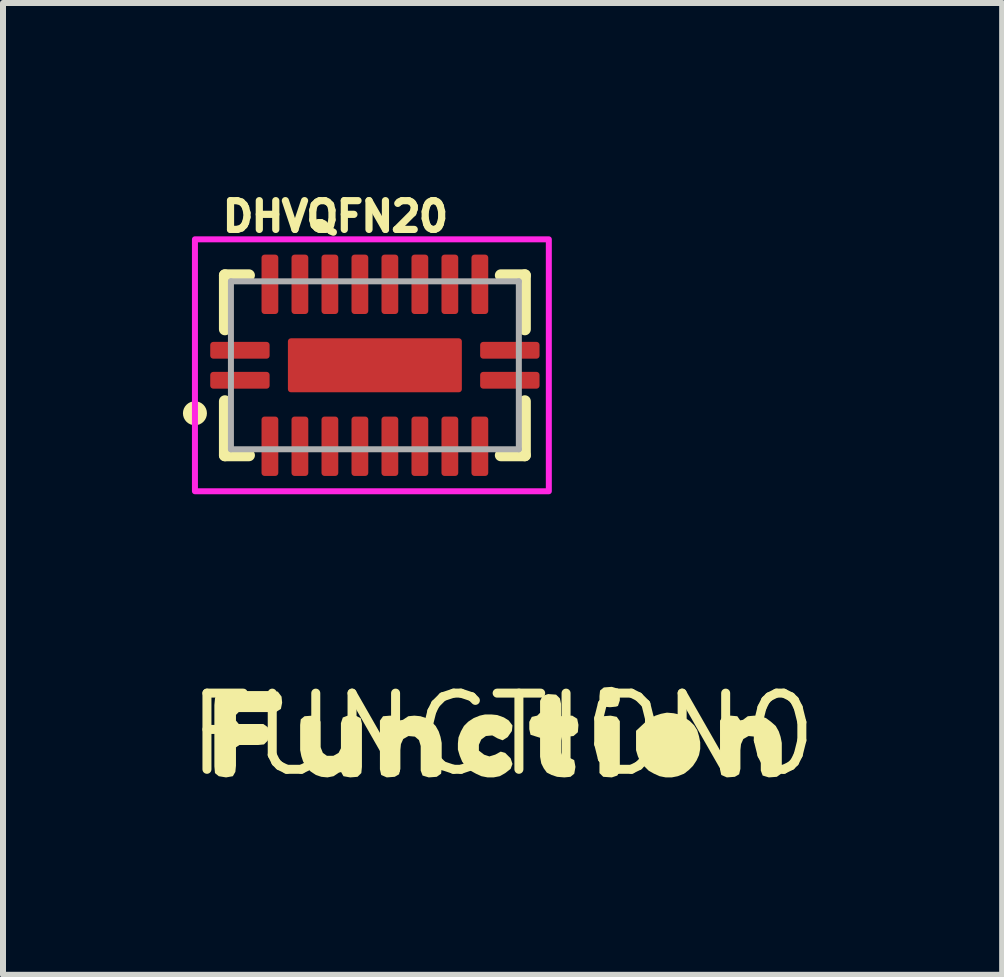
<source format=kicad_pcb>
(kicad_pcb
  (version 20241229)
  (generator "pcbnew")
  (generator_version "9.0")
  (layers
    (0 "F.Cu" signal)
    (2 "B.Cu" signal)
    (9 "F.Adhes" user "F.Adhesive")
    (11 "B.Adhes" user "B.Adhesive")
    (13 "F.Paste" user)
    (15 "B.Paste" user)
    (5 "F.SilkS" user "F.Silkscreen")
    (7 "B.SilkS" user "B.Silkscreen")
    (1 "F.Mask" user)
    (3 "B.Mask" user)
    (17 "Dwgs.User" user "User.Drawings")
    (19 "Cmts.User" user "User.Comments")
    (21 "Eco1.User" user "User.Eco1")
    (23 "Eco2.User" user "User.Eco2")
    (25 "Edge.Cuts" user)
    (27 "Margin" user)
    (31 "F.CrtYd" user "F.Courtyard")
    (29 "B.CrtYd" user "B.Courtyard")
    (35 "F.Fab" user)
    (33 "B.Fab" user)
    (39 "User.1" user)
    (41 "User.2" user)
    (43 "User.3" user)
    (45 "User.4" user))
  (footprint "DHVQFN20"
    (layer "F.Cu")
    (at 3.2 3.04)
    (property "Reference" "DHVQFN20" (at -2.6 -2.2 0) (unlocked yes) (layer "F.SilkS") (effects (font (size 0.48 0.48) (thickness 0.12)) (justify left bottom)))
    (fp_poly (pts (xy -1.945 -0.8) (xy -1.555 -0.8) (xy -1.555 -1.9) (xy -1.945 -1.9)) (stroke (width 0) (type default)) (fill yes) (layer "F.Mask"))
    (fp_poly (pts (xy -1.945 1.9) (xy -1.555 1.9) (xy -1.555 0.8) (xy -1.945 0.8)) (stroke (width 0) (type default)) (fill yes) (layer "F.Mask"))
    (fp_poly (pts (xy -1.7 -0.055) (xy -1.7 -0.445) (xy -2.8 -0.445) (xy -2.8 -0.055)) (stroke (width 0) (type default)) (fill yes) (layer "F.Mask"))
    (fp_poly (pts (xy -1.7 0.445) (xy -1.7 0.055) (xy -2.8 0.055) (xy -2.8 0.445)) (stroke (width 0) (type default)) (fill yes) (layer "F.Mask"))
    (fp_poly (pts (xy -1.445 -0.8) (xy -1.055 -0.8) (xy -1.055 -1.9) (xy -1.445 -1.9)) (stroke (width 0) (type default)) (fill yes) (layer "F.Mask"))
    (fp_poly (pts (xy -1.445 1.9) (xy -1.055 1.9) (xy -1.055 0.8) (xy -1.445 0.8)) (stroke (width 0) (type default)) (fill yes) (layer "F.Mask"))
    (fp_poly (pts (xy -0.945 -0.8) (xy -0.555 -0.8) (xy -0.555 -1.9) (xy -0.945 -1.9)) (stroke (width 0) (type default)) (fill yes) (layer "F.Mask"))
    (fp_poly (pts (xy -0.945 1.9) (xy -0.555 1.9) (xy -0.555 0.8) (xy -0.945 0.8)) (stroke (width 0) (type default)) (fill yes) (layer "F.Mask"))
    (fp_poly (pts (xy -0.445 -0.8) (xy -0.055 -0.8) (xy -0.055 -1.9) (xy -0.445 -1.9)) (stroke (width 0) (type default)) (fill yes) (layer "F.Mask"))
    (fp_poly (pts (xy -0.445 1.9) (xy -0.055 1.9) (xy -0.055 0.8) (xy -0.445 0.8)) (stroke (width 0) (type default)) (fill yes) (layer "F.Mask"))
    (fp_poly (pts (xy 0.055 -0.8) (xy 0.445 -0.8) (xy 0.445 -1.9) (xy 0.055 -1.9)) (stroke (width 0) (type default)) (fill yes) (layer "F.Mask"))
    (fp_poly (pts (xy 0.055 1.9) (xy 0.445 1.9) (xy 0.445 0.8) (xy 0.055 0.8)) (stroke (width 0) (type default)) (fill yes) (layer "F.Mask"))
    (fp_poly (pts (xy 0.555 -0.8) (xy 0.945 -0.8) (xy 0.945 -1.9) (xy 0.555 -1.9)) (stroke (width 0) (type default)) (fill yes) (layer "F.Mask"))
    (fp_poly (pts (xy 0.555 1.9) (xy 0.945 1.9) (xy 0.945 0.8) (xy 0.555 0.8)) (stroke (width 0) (type default)) (fill yes) (layer "F.Mask"))
    (fp_poly (pts (xy 1.055 -0.8) (xy 1.445 -0.8) (xy 1.445 -1.9) (xy 1.055 -1.9)) (stroke (width 0) (type default)) (fill yes) (layer "F.Mask"))
    (fp_poly (pts (xy 1.055 1.9) (xy 1.445 1.9) (xy 1.445 0.8) (xy 1.055 0.8)) (stroke (width 0) (type default)) (fill yes) (layer "F.Mask"))
    (fp_poly (pts (xy 1.555 -0.8) (xy 1.945 -0.8) (xy 1.945 -1.9) (xy 1.555 -1.9)) (stroke (width 0) (type default)) (fill yes) (layer "F.Mask"))
    (fp_poly (pts (xy 1.555 1.9) (xy 1.945 1.9) (xy 1.945 0.8) (xy 1.555 0.8)) (stroke (width 0) (type default)) (fill yes) (layer "F.Mask"))
    (fp_poly (pts (xy 2.8 -0.055) (xy 2.8 -0.445) (xy 1.7 -0.445) (xy 1.7 -0.055)) (stroke (width 0) (type default)) (fill yes) (layer "F.Mask"))
    (fp_poly (pts (xy 2.8 0.445) (xy 2.8 0.055) (xy 1.7 0.055) (xy 1.7 0.445)) (stroke (width 0) (type default)) (fill yes) (layer "F.Mask"))
    (fp_line (start -2.5 -1.5) (end -2.5 -0.6) (stroke (width 0.2) (type solid)) (layer "F.SilkS"))
    (fp_line (start -2.5 1.5) (end -2.5 0.6) (stroke (width 0.2) (type solid)) (layer "F.SilkS"))
    (fp_line (start -2.1 -1.5) (end -2.5 -1.5) (stroke (width 0.2) (type solid)) (layer "F.SilkS"))
    (fp_line (start -2.1 1.5) (end -2.5 1.5) (stroke (width 0.2) (type solid)) (layer "F.SilkS"))
    (fp_line (start 2.1 -1.5) (end 2.5 -1.5) (stroke (width 0.2) (type solid)) (layer "F.SilkS"))
    (fp_line (start 2.1 1.5) (end 2.5 1.5) (stroke (width 0.2) (type solid)) (layer "F.SilkS"))
    (fp_line (start 2.5 -1.5) (end 2.5 -0.6) (stroke (width 0.2) (type solid)) (layer "F.SilkS"))
    (fp_line (start 2.5 1.5) (end 2.5 0.6) (stroke (width 0.2) (type solid)) (layer "F.SilkS"))
    (fp_circle (center -3 0.8) (end -2.9 0.8) (stroke (width 0.2) (type solid)) (fill yes) (layer "F.SilkS"))
    (fp_poly (pts (xy -1.87 -0.875) (xy -1.63 -0.875) (xy -1.63 -1.825) (xy -1.87 -1.825)) (stroke (width 0) (type default)) (fill yes) (layer "F.Paste"))
    (fp_poly (pts (xy -1.87 1.825) (xy -1.63 1.825) (xy -1.63 0.875) (xy -1.87 0.875)) (stroke (width 0) (type default)) (fill yes) (layer "F.Paste"))
    (fp_poly (pts (xy -1.775 -0.13) (xy -1.775 -0.37) (xy -2.725 -0.37) (xy -2.725 -0.13)) (stroke (width 0) (type default)) (fill yes) (layer "F.Paste"))
    (fp_poly (pts (xy -1.775 0.37) (xy -1.775 0.13) (xy -2.725 0.13) (xy -2.725 0.37)) (stroke (width 0) (type default)) (fill yes) (layer "F.Paste"))
    (fp_poly (pts (xy -1.37 -0.875) (xy -1.13 -0.875) (xy -1.13 -1.825) (xy -1.37 -1.825)) (stroke (width 0) (type default)) (fill yes) (layer "F.Paste"))
    (fp_poly (pts (xy -1.37 1.825) (xy -1.13 1.825) (xy -1.13 0.875) (xy -1.37 0.875)) (stroke (width 0) (type default)) (fill yes) (layer "F.Paste"))
    (fp_poly (pts (xy -0.87 -0.875) (xy -0.63 -0.875) (xy -0.63 -1.825) (xy -0.87 -1.825)) (stroke (width 0) (type default)) (fill yes) (layer "F.Paste"))
    (fp_poly (pts (xy -0.87 1.825) (xy -0.63 1.825) (xy -0.63 0.875) (xy -0.87 0.875)) (stroke (width 0) (type default)) (fill yes) (layer "F.Paste"))
    (fp_poly (pts (xy -0.85 0.2) (xy -0.2 0.2) (xy -0.2 -0.2) (xy -0.85 -0.2)) (stroke (width 0) (type default)) (fill yes) (layer "F.Paste"))
    (fp_poly (pts (xy -0.37 -0.875) (xy -0.13 -0.875) (xy -0.13 -1.825) (xy -0.37 -1.825)) (stroke (width 0) (type default)) (fill yes) (layer "F.Paste"))
    (fp_poly (pts (xy -0.37 1.825) (xy -0.13 1.825) (xy -0.13 0.875) (xy -0.37 0.875)) (stroke (width 0) (type default)) (fill yes) (layer "F.Paste"))
    (fp_poly (pts (xy 0.13 -0.875) (xy 0.37 -0.875) (xy 0.37 -1.825) (xy 0.13 -1.825)) (stroke (width 0) (type default)) (fill yes) (layer "F.Paste"))
    (fp_poly (pts (xy 0.13 1.825) (xy 0.37 1.825) (xy 0.37 0.875) (xy 0.13 0.875)) (stroke (width 0) (type default)) (fill yes) (layer "F.Paste"))
    (fp_poly (pts (xy 0.2 0.2) (xy 0.85 0.2) (xy 0.85 -0.2) (xy 0.2 -0.2)) (stroke (width 0) (type default)) (fill yes) (layer "F.Paste"))
    (fp_poly (pts (xy 0.63 -0.875) (xy 0.87 -0.875) (xy 0.87 -1.825) (xy 0.63 -1.825)) (stroke (width 0) (type default)) (fill yes) (layer "F.Paste"))
    (fp_poly (pts (xy 0.63 1.825) (xy 0.87 1.825) (xy 0.87 0.875) (xy 0.63 0.875)) (stroke (width 0) (type default)) (fill yes) (layer "F.Paste"))
    (fp_poly (pts (xy 1.13 -0.875) (xy 1.37 -0.875) (xy 1.37 -1.825) (xy 1.13 -1.825)) (stroke (width 0) (type default)) (fill yes) (layer "F.Paste"))
    (fp_poly (pts (xy 1.13 1.825) (xy 1.37 1.825) (xy 1.37 0.875) (xy 1.13 0.875)) (stroke (width 0) (type default)) (fill yes) (layer "F.Paste"))
    (fp_poly (pts (xy 1.63 -0.875) (xy 1.87 -0.875) (xy 1.87 -1.825) (xy 1.63 -1.825)) (stroke (width 0) (type default)) (fill yes) (layer "F.Paste"))
    (fp_poly (pts (xy 1.63 1.825) (xy 1.87 1.825) (xy 1.87 0.875) (xy 1.63 0.875)) (stroke (width 0) (type default)) (fill yes) (layer "F.Paste"))
    (fp_poly (pts (xy 2.725 -0.13) (xy 2.725 -0.37) (xy 1.775 -0.37) (xy 1.775 -0.13)) (stroke (width 0) (type default)) (fill yes) (layer "F.Paste"))
    (fp_poly (pts (xy 2.725 0.37) (xy 2.725 0.13) (xy 1.775 0.13) (xy 1.775 0.37)) (stroke (width 0) (type default)) (fill yes) (layer "F.Paste"))
    (fp_poly (pts (xy -3 2.1) (xy 2.9 2.1) (xy 2.9 -2.1) (xy -3 -2.1)) (stroke (width 0.1) (type default)) (fill no) (layer "F.CrtYd"))
    (fp_line (start -2.4 -1.4) (end -2.4 1.4) (stroke (width 0.1) (type solid)) (layer "F.Fab"))
    (fp_line (start -2.4 1.4) (end 2.4 1.4) (stroke (width 0.1) (type solid)) (layer "F.Fab"))
    (fp_line (start 2.4 -1.4) (end -2.4 -1.4) (stroke (width 0.1) (type solid)) (layer "F.Fab"))
    (fp_line (start 2.4 1.4) (end 2.4 -1.4) (stroke (width 0.1) (type solid)) (layer "F.Fab"))
    (pad "1" smd roundrect (at -2.25 0.25) (size 0.99 0.28) (layers "F.Cu") (roundrect_rratio 0.181))
    (pad "2" smd roundrect (at -1.75 1.35 90) (size 0.99 0.28) (layers "F.Cu") (roundrect_rratio 0.181))
    (pad "3" smd roundrect (at -1.25 1.35 90) (size 0.99 0.28) (layers "F.Cu") (roundrect_rratio 0.181))
    (pad "4" smd roundrect (at -0.75 1.35 90) (size 0.99 0.28) (layers "F.Cu") (roundrect_rratio 0.181))
    (pad "5" smd roundrect (at -0.25 1.35 90) (size 0.99 0.28) (layers "F.Cu") (roundrect_rratio 0.181))
    (pad "6" smd roundrect (at 0.25 1.35 90) (size 0.99 0.28) (layers "F.Cu") (roundrect_rratio 0.181))
    (pad "7" smd roundrect (at 0.75 1.35 90) (size 0.99 0.28) (layers "F.Cu") (roundrect_rratio 0.181))
    (pad "8" smd roundrect (at 1.25 1.35 90) (size 0.99 0.28) (layers "F.Cu") (roundrect_rratio 0.181))
    (pad "9" smd roundrect (at 1.75 1.35 90) (size 0.99 0.28) (layers "F.Cu") (roundrect_rratio 0.181))
    (pad "10" smd roundrect (at 2.25 0.25) (size 0.99 0.28) (layers "F.Cu") (roundrect_rratio 0.181))
    (pad "11" smd roundrect (at 2.25 -0.25) (size 0.99 0.28) (layers "F.Cu") (roundrect_rratio 0.181))
    (pad "12" smd roundrect (at 1.75 -1.35 90) (size 0.99 0.28) (layers "F.Cu") (roundrect_rratio 0.181))
    (pad "13" smd roundrect (at 1.25 -1.35 90) (size 0.99 0.28) (layers "F.Cu") (roundrect_rratio 0.181))
    (pad "14" smd roundrect (at 0.75 -1.35 90) (size 0.99 0.28) (layers "F.Cu") (roundrect_rratio 0.181))
    (pad "15" smd roundrect (at 0.25 -1.35 90) (size 0.99 0.28) (layers "F.Cu") (roundrect_rratio 0.181))
    (pad "16" smd roundrect (at -0.25 -1.35 90) (size 0.99 0.28) (layers "F.Cu") (roundrect_rratio 0.181))
    (pad "17" smd roundrect (at -0.75 -1.35 90) (size 0.99 0.28) (layers "F.Cu") (roundrect_rratio 0.181))
    (pad "18" smd roundrect (at -1.25 -1.35 90) (size 0.99 0.28) (layers "F.Cu") (roundrect_rratio 0.181))
    (pad "19" smd roundrect (at -1.75 -1.35 90) (size 0.99 0.28) (layers "F.Cu") (roundrect_rratio 0.181))
    (pad "20" smd roundrect (at -2.25 -0.25) (size 0.99 0.28) (layers "F.Cu") (roundrect_rratio 0.181))
    (pad "EPAD" smd roundrect (at 0 0) (size 2.9 0.9) (layers "F.Cu" "F.Mask") (roundrect_rratio 0.056)))
  (footprint "FUNCTION0"
    (layer "F.Cu")
    (at 5.329 9.196)
    (property "Reference" "FUNCTION0" (at 0 0 0) (layer "F.SilkS") (effects (font (size 1.27 1.27) (thickness 0.15))))
    (fp_poly (pts (xy 1.903 -0.295) (xy 1.955 -0.222) (xy 1.955 0.611) (xy 1.913 0.684) (xy 1.821 0.715) (xy 1.678 0.705) (xy 1.615 0.642) (xy 1.615 -0.242) (xy 1.678 -0.305) (xy 1.8 -0.315)) (stroke (width 0) (type default)) (fill yes) (layer "F.SilkS"))
    (fp_poly (pts (xy 1.924 -0.764) (xy 1.955 -0.681) (xy 1.955 -0.569) (xy 1.924 -0.476) (xy 1.891 -0.465) (xy 1.79 -0.455) (xy 1.688 -0.465) (xy 1.615 -0.538) (xy 1.615 -0.64) (xy 1.625 -0.733) (xy 1.688 -0.785) (xy 1.821 -0.795)) (stroke (width 0) (type default)) (fill yes) (layer "F.SilkS"))
    (fp_poly (pts (xy -3.747 -0.715) (xy -3.685 -0.632) (xy -3.675 -0.53) (xy -3.696 -0.427) (xy -3.779 -0.375) (xy -4.398 -0.375) (xy -4.445 -0.328) (xy -4.445 -0.232) (xy -4.398 -0.175) (xy -3.988 -0.175) (xy -3.915 -0.123) (xy -3.895 -0.01) (xy -3.915 0.102) (xy -3.978 0.165) (xy -4.08 0.175) (xy -4.388 0.175) (xy -4.445 0.213) (xy -4.445 0.52) (xy -4.455 0.622) (xy -4.497 0.695) (xy -4.61 0.715) (xy -4.732 0.695) (xy -4.795 0.643) (xy -4.805 0.53) (xy -4.805 -0.49) (xy -4.795 -0.601) (xy -4.764 -0.694) (xy -4.681 -0.725) (xy -3.85 -0.725)) (stroke (width 0) (type default)) (fill yes) (layer "F.SilkS"))
    (fp_poly (pts (xy -3.066 -0.284) (xy -3.035 -0.211) (xy -3.035 0.209) (xy -2.996 0.307) (xy -2.928 0.355) (xy -2.821 0.355) (xy -2.734 0.306) (xy -2.695 0.229) (xy -2.695 -0.191) (xy -2.664 -0.284) (xy -2.581 -0.315) (xy -2.449 -0.315) (xy -2.366 -0.273) (xy -2.345 -0.181) (xy -2.345 0.54) (xy -2.355 0.642) (xy -2.418 0.705) (xy -2.54 0.715) (xy -2.653 0.695) (xy -2.692 0.626) (xy -2.728 0.635) (xy -2.818 0.695) (xy -2.92 0.715) (xy -3.021 0.705) (xy -3.112 0.675) (xy -3.203 0.614) (xy -3.274 0.533) (xy -3.325 0.452) (xy -3.355 0.361) (xy -3.375 0.26) (xy -3.375 -0.16) (xy -3.365 -0.253) (xy -3.302 -0.305) (xy -3.169 -0.315)) (stroke (width 0) (type default)) (fill yes) (layer "F.SilkS"))
    (fp_poly (pts (xy -1.369 -0.305) (xy -1.278 -0.275) (xy -1.187 -0.214) (xy -1.116 -0.143) (xy -1.065 -0.052) (xy -1.035 0.039) (xy -1.015 0.14) (xy -1.015 0.56) (xy -1.025 0.653) (xy -1.098 0.705) (xy -1.231 0.715) (xy -1.334 0.684) (xy -1.365 0.601) (xy -1.365 0.191) (xy -1.394 0.093) (xy -1.462 0.035) (xy -1.569 0.025) (xy -1.656 0.074) (xy -1.695 0.161) (xy -1.705 0.26) (xy -1.705 0.571) (xy -1.726 0.663) (xy -1.798 0.705) (xy -1.931 0.715) (xy -2.024 0.674) (xy -2.045 0.581) (xy -2.045 -0.232) (xy -1.993 -0.305) (xy -1.87 -0.315) (xy -1.757 -0.305) (xy -1.708 -0.236) (xy -1.662 -0.245) (xy -1.572 -0.305) (xy -1.47 -0.315)) (stroke (width 0) (type default)) (fill yes) (layer "F.SilkS"))
    (fp_poly (pts (xy 2.851 -0.355) (xy 2.942 -0.335) (xy 3.033 -0.284) (xy 3.123 -0.224) (xy 3.194 -0.153) (xy 3.245 -0.072) (xy 3.275 0.029) (xy 3.295 0.13) (xy 3.295 0.24) (xy 3.275 0.342) (xy 3.234 0.432) (xy 3.174 0.523) (xy 3.103 0.594) (xy 3.022 0.654) (xy 2.921 0.695) (xy 2.82 0.715) (xy 2.72 0.715) (xy 2.618 0.695) (xy 2.532 0.656) (xy 2.532 0.657) (xy 2.528 0.654) (xy 2.523 0.652) (xy 2.523 0.652) (xy 2.437 0.604) (xy 2.366 0.533) (xy 2.296 0.453) (xy 2.255 0.362) (xy 2.225 0.261) (xy 2.225 -0.062) (xy 2.377 -0.204) (xy 2.457 -0.264) (xy 2.548 -0.315) (xy 2.639 -0.345) (xy 2.74 -0.365)) (stroke (width 0) (type default)) (fill yes) (layer "F.SilkS"))
    (fp_poly (pts (xy 4.301 -0.305) (xy 4.392 -0.274) (xy 4.473 -0.214) (xy 4.554 -0.143) (xy 4.605 -0.052) (xy 4.635 0.039) (xy 4.655 0.14) (xy 4.655 0.56) (xy 4.645 0.653) (xy 4.572 0.705) (xy 4.439 0.715) (xy 4.336 0.684) (xy 4.305 0.601) (xy 4.305 0.191) (xy 4.276 0.093) (xy 4.208 0.035) (xy 4.101 0.025) (xy 4.014 0.074) (xy 3.975 0.161) (xy 3.965 0.26) (xy 3.965 0.571) (xy 3.944 0.663) (xy 3.872 0.705) (xy 3.739 0.715) (xy 3.646 0.674) (xy 3.625 0.581) (xy 3.625 -0.232) (xy 3.677 -0.305) (xy 3.8 -0.315) (xy 3.913 -0.305) (xy 3.962 -0.236) (xy 4.008 -0.245) (xy 4.088 -0.305) (xy 4.2 -0.315)) (stroke (width 0) (type default)) (fill yes) (layer "F.SilkS"))
    (fp_poly (pts (xy 0.892 -0.665) (xy 0.955 -0.603) (xy 0.975 -0.511) (xy 0.975 -0.306) (xy 1.07 -0.315) (xy 1.161 -0.315) (xy 1.244 -0.263) (xy 1.265 -0.16) (xy 1.255 -0.038) (xy 1.182 0.025) (xy 1.09 0.035) (xy 0.994 0.025) (xy 0.975 0.101) (xy 0.975 0.299) (xy 1.004 0.375) (xy 1.111 0.385) (xy 1.194 0.427) (xy 1.215 0.54) (xy 1.195 0.653) (xy 1.132 0.705) (xy 1.03 0.715) (xy 0.909 0.705) (xy 0.818 0.675) (xy 0.737 0.634) (xy 0.686 0.563) (xy 0.645 0.482) (xy 0.625 0.37) (xy 0.625 0.054) (xy 0.466 0.004) (xy 0.445 -0.089) (xy 0.445 -0.211) (xy 0.487 -0.294) (xy 0.577 -0.315) (xy 0.625 -0.362) (xy 0.625 -0.561) (xy 0.666 -0.644) (xy 0.759 -0.675)) (stroke (width 0) (type default)) (fill yes) (layer "F.SilkS"))
    (fp_poly (pts (xy -0.089 -0.325) (xy 0.022 -0.285) (xy 0.103 -0.234) (xy 0.165 -0.151) (xy 0.155 -0.058) (xy 0.084 0.044) (xy 0.001 0.096) (xy -0.082 0.065) (xy -0.171 0.015) (xy -0.278 0.025) (xy -0.356 0.083) (xy -0.395 0.171) (xy -0.395 0.268) (xy -0.308 0.336) (xy -0.22 0.365) (xy -0.122 0.335) (xy -0.031 0.285) (xy 0.043 0.306) (xy 0.134 0.397) (xy 0.165 0.49) (xy 0.134 0.573) (xy 0.043 0.644) (xy -0.048 0.695) (xy -0.15 0.715) (xy -0.25 0.715) (xy -0.352 0.695) (xy -0.442 0.654) (xy -0.533 0.604) (xy -0.614 0.533) (xy -0.674 0.452) (xy -0.715 0.352) (xy -0.745 0.251) (xy -0.745 0.15) (xy -0.735 0.049) (xy -0.695 -0.052) (xy -0.644 -0.143) (xy -0.573 -0.214) (xy -0.482 -0.274) (xy -0.381 -0.315) (xy -0.291 -0.335) (xy -0.19 -0.335)) (stroke (width 0) (type default)) (fill yes) (layer "F.SilkS")))
  (gr_rect
    (start -3 -3)
    (end 13.658 13.202)
    (stroke (width 0.1) (type default))
    (fill no)
    (layer "Edge.Cuts")))
</source>
